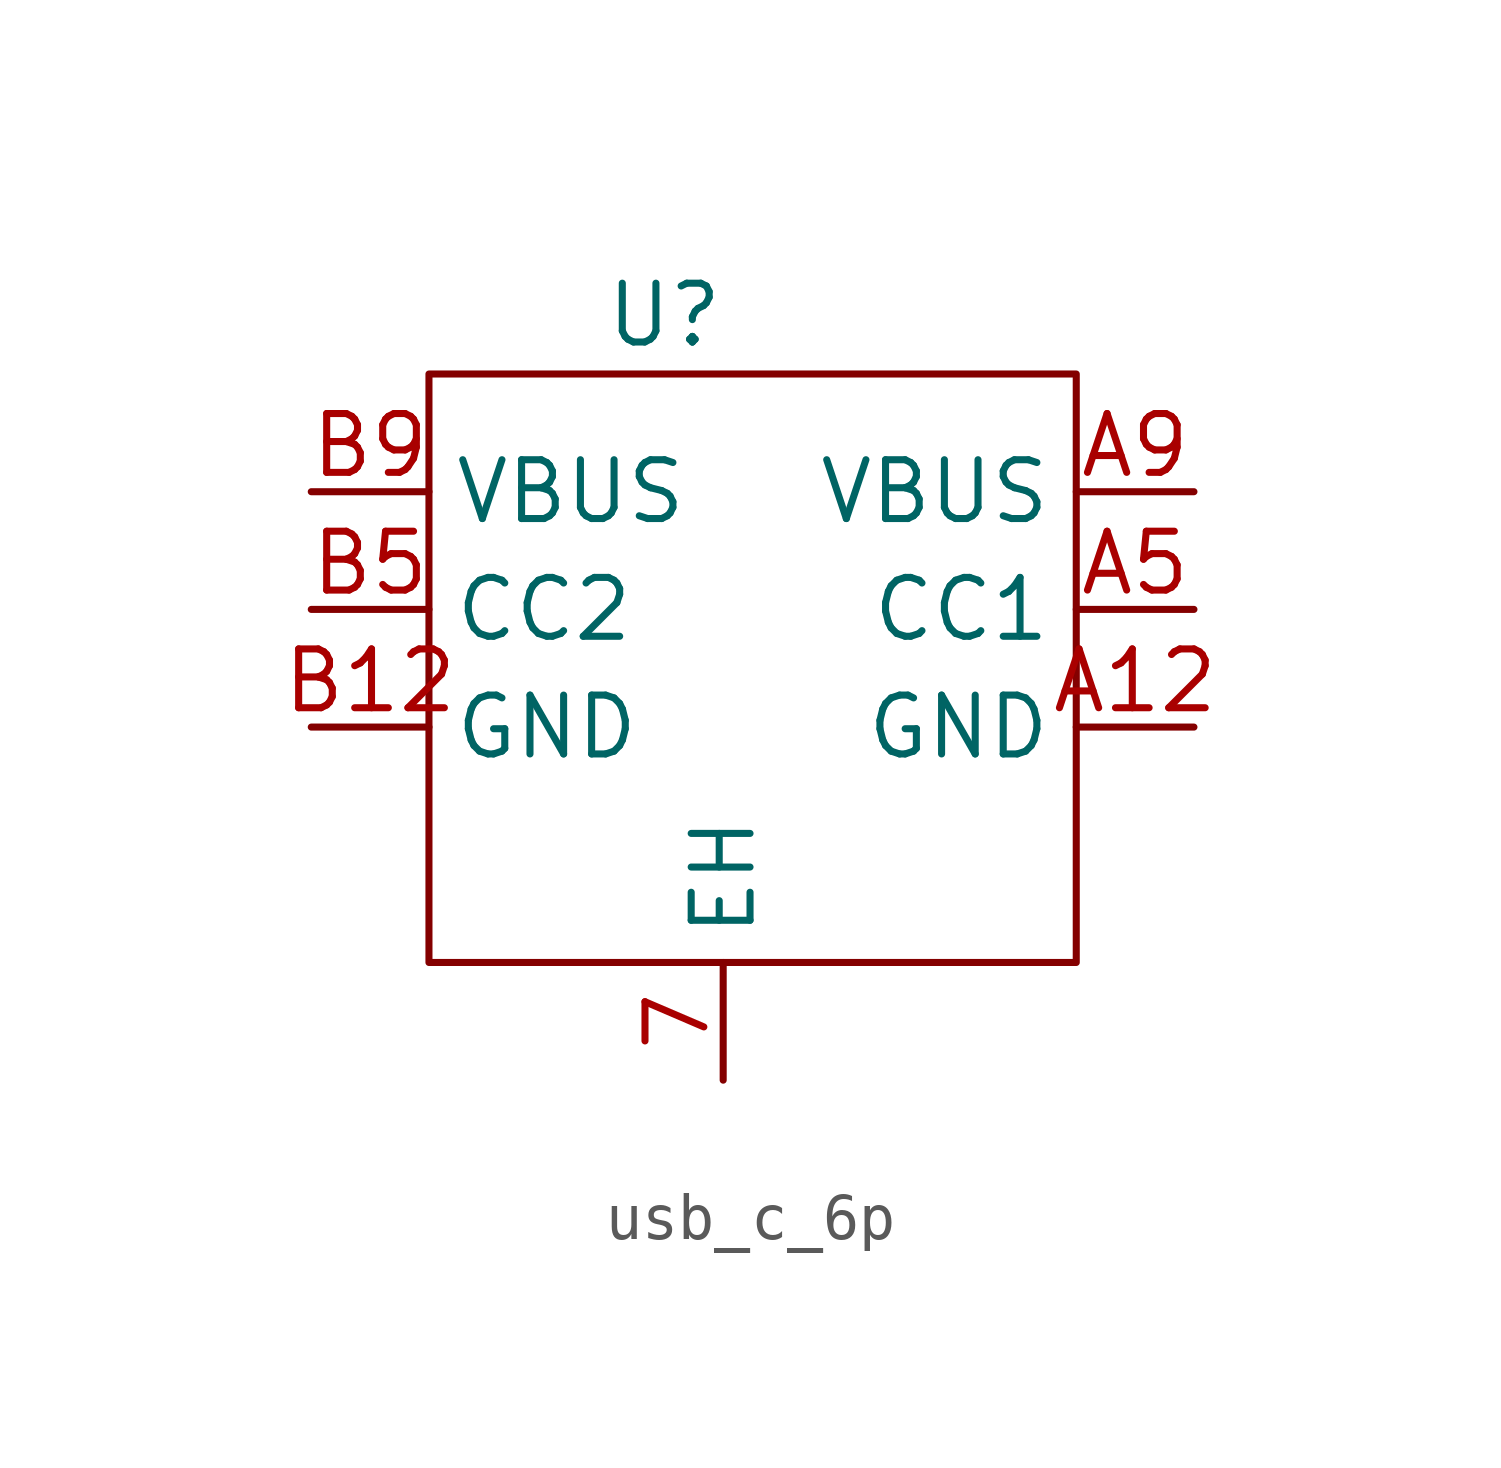
<source format=kicad_sym>
(kicad_symbol_lib
  (version 20231120)
  (generator "kicad_symbol_editor")
  (generator_version "8.0")
  (symbol "usb_c_6p"
    (property "Reference" "U"
      (at 0 0 0)
      (effects (font (size 1.27 1.27))))
    (property "Value" ""
      (at 0 0 0)
      (effects (font (size 1.27 1.27))))
    (symbol "usb_c_6p_0_1"
      (polyline (pts (xy -5.08 -1.27) (xy 8.89 -1.27) (xy 8.89 -13.97) (xy -5.08 -13.97) (xy -5.08 -1.27)) (stroke (width 0) (type default)) (fill (type none))))
    (symbol "usb_c_6p_1_1"
      (pin input line (at 1.27 -16.51 90) (length 2.54) (name "EH" (effects (font (size 1.27 1.27)))) (number "7" (effects (font (size 1.27 1.27)))))
      (pin input line (at 11.43 -8.89 180) (length 2.54) (name "GND" (effects (font (size 1.27 1.27)))) (number "A12" (effects (font (size 1.27 1.27)))))
      (pin input line (at 11.43 -6.35 180) (length 2.54) (name "CC1" (effects (font (size 1.27 1.27)))) (number "A5" (effects (font (size 1.27 1.27)))))
      (pin input line (at 11.43 -3.81 180) (length 2.54) (name "VBUS" (effects (font (size 1.27 1.27)))) (number "A9" (effects (font (size 1.27 1.27)))))
      (pin input line (at -7.62 -8.89 0) (length 2.54) (name "GND" (effects (font (size 1.27 1.27)))) (number "B12" (effects (font (size 1.27 1.27)))))
      (pin input line (at -7.62 -6.35 0) (length 2.54) (name "CC2" (effects (font (size 1.27 1.27)))) (number "B5" (effects (font (size 1.27 1.27)))))
      (pin input line (at -7.62 -3.81 0) (length 2.54) (name "VBUS" (effects (font (size 1.27 1.27)))) (number "B9" (effects (font (size 1.27 1.27))))))))
</source>
